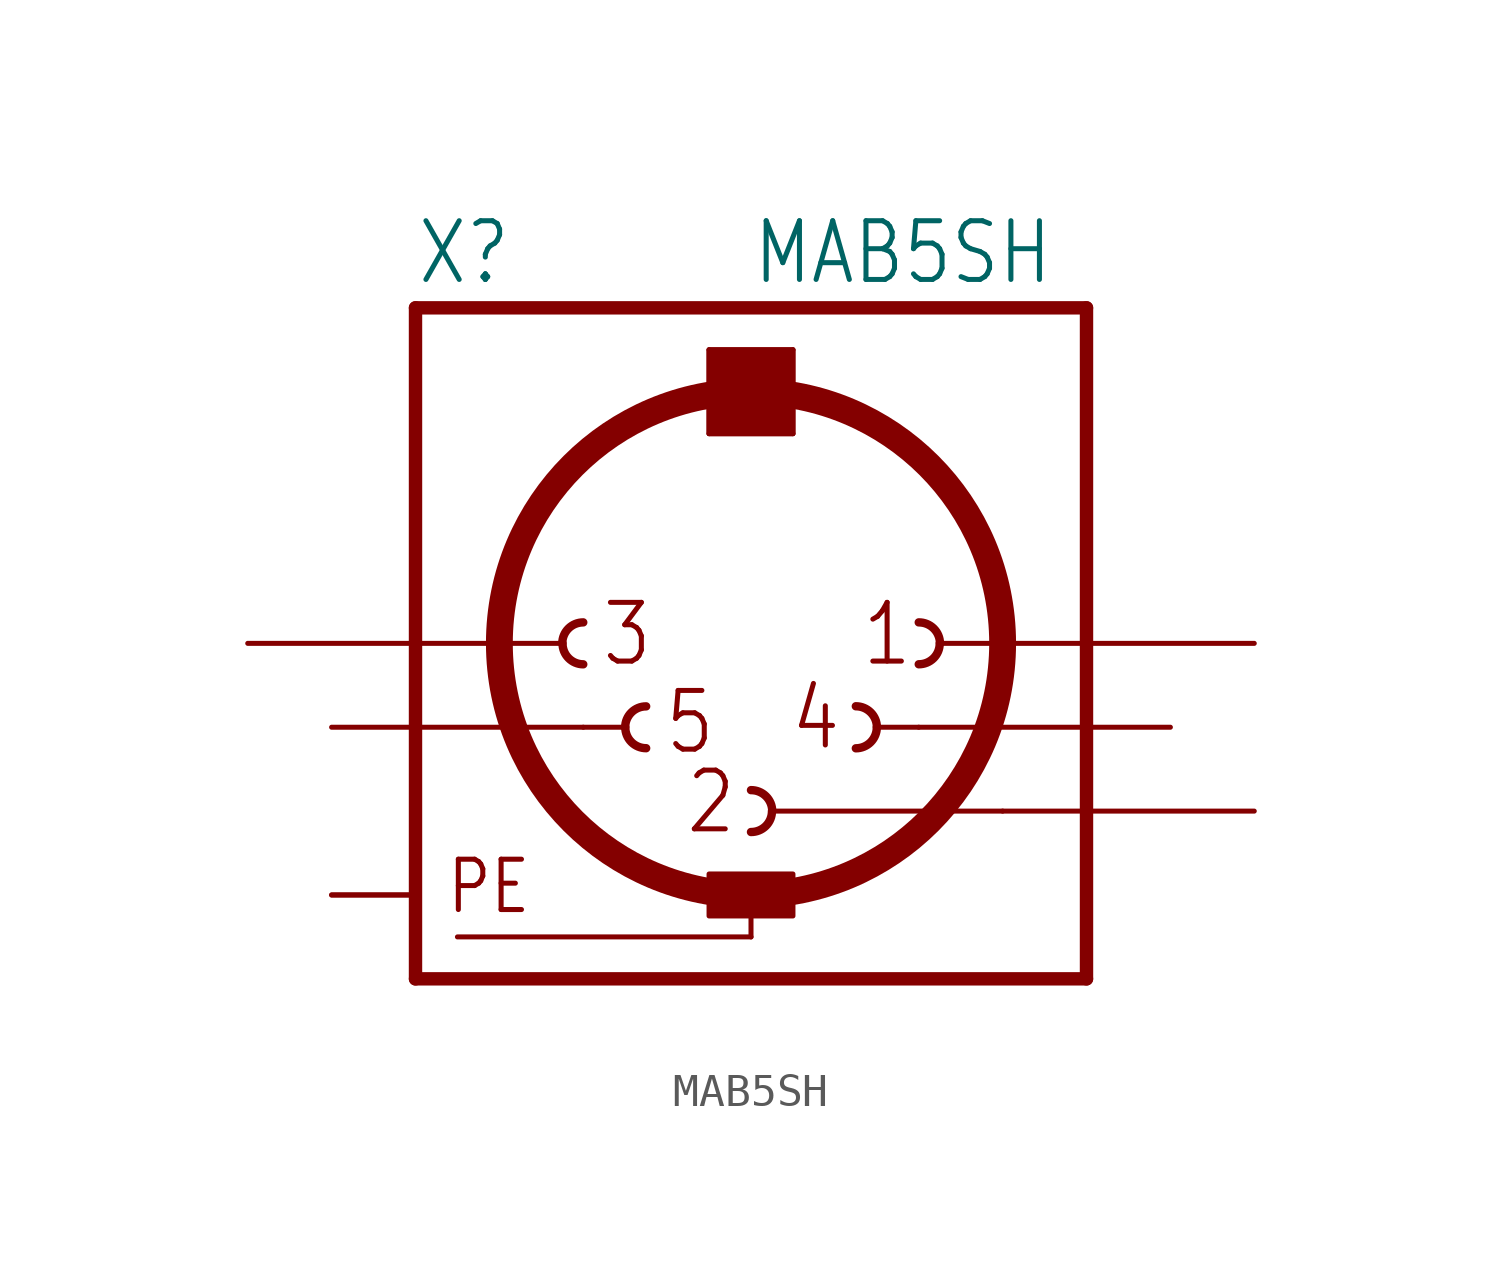
<source format=kicad_sym>
(kicad_symbol_lib
  (version 20211014)
  (generator kicad_symbol_editor)
  (symbol "MAB5SH"
    (property "Reference" "X"
      (at -10.16 10.795 0)
      (effects (font (size 1.778 1.511)) (justify left bottom)))
    (property "Value" "MAB5SH"
      (at 0 10.795 0)
      (effects (font (size 1.778 1.511)) (justify left bottom)))
    (property "ki_locked" ""
      (at 0 0 0)
      (effects (font (size 1.27 1.27))))
    (symbol "MAB5SH_1_0"
      (arc (start -5.715 0) (mid -5.529 -0.449) (end -5.08 -0.635) (stroke (width 0.254) (type default) (color 0 0 0 0)) (fill (type none)))
      (arc (start -5.08 0.635) (mid -5.529 0.449) (end -5.715 0) (stroke (width 0.254) (type default) (color 0 0 0 0)) (fill (type none)))
      (arc (start -3.81 -2.54) (mid -3.624 -2.989) (end -3.175 -3.175) (stroke (width 0.254) (type default) (color 0 0 0 0)) (fill (type none)))
      (arc (start -3.175 -1.905) (mid -3.624 -2.091) (end -3.81 -2.54) (stroke (width 0.254) (type default) (color 0 0 0 0)) (fill (type none)))
      (rectangle (start -1.27 -8.255) (end 1.27 -6.985) (stroke (width 0) (type default) (color 0 0 0 0)) (fill (type outline)))
      (rectangle (start -1.27 6.35) (end 1.27 8.89) (stroke (width 0) (type default) (color 0 0 0 0)) (fill (type outline)))
      (arc (start 0 -5.715) (mid 0.449 -5.529) (end 0.635 -5.08) (stroke (width 0.254) (type default) (color 0 0 0 0)) (fill (type none)))
      (polyline (pts (xy -10.16 -10.16) (xy -10.16 10.16)) (stroke (width 0.406) (type default) (color 0 0 0 0)) (fill (type none)))
      (polyline (pts (xy -10.16 -10.16) (xy 10.16 -10.16)) (stroke (width 0.406) (type default) (color 0 0 0 0)) (fill (type none)))
      (polyline (pts (xy -7.62 0) (xy -5.715 0)) (stroke (width 0.152) (type default) (color 0 0 0 0)) (fill (type none)))
      (polyline (pts (xy -5.08 -2.54) (xy -3.81 -2.54)) (stroke (width 0.152) (type default) (color 0 0 0 0)) (fill (type none)))
      (polyline (pts (xy -1.27 6.35) (xy -1.27 8.89)) (stroke (width 0.152) (type default) (color 0 0 0 0)) (fill (type none)))
      (polyline (pts (xy -1.27 6.35) (xy 1.27 6.35)) (stroke (width 0.152) (type default) (color 0 0 0 0)) (fill (type none)))
      (polyline (pts (xy -1.27 8.89) (xy 1.27 8.89)) (stroke (width 0.152) (type default) (color 0 0 0 0)) (fill (type none)))
      (polyline (pts (xy 0 -8.89) (xy -8.89 -8.89)) (stroke (width 0.152) (type default) (color 0 0 0 0)) (fill (type none)))
      (polyline (pts (xy 0 -8.89) (xy 0 -7.62)) (stroke (width 0.152) (type default) (color 0 0 0 0)) (fill (type none)))
      (polyline (pts (xy 0.635 -5.08) (xy 7.62 -5.08)) (stroke (width 0.152) (type default) (color 0 0 0 0)) (fill (type none)))
      (polyline (pts (xy 1.27 8.89) (xy 1.27 6.35)) (stroke (width 0.152) (type default) (color 0 0 0 0)) (fill (type none)))
      (polyline (pts (xy 3.81 -2.54) (xy 5.08 -2.54)) (stroke (width 0.152) (type default) (color 0 0 0 0)) (fill (type none)))
      (polyline (pts (xy 5.715 0) (xy 7.62 0)) (stroke (width 0.152) (type default) (color 0 0 0 0)) (fill (type none)))
      (polyline (pts (xy 10.16 10.16) (xy -10.16 10.16)) (stroke (width 0.406) (type default) (color 0 0 0 0)) (fill (type none)))
      (polyline (pts (xy 10.16 10.16) (xy 10.16 -10.16)) (stroke (width 0.406) (type default) (color 0 0 0 0)) (fill (type none)))
      (circle (center 0 0) (radius 7.62) (stroke (width 0.813) (type default) (color 0 0 0 0)) (fill (type none)))
      (arc (start 0.635 -5.08) (mid 0.449 -4.631) (end 0 -4.445) (stroke (width 0.254) (type default) (color 0 0 0 0)) (fill (type none)))
      (arc (start 3.175 -3.175) (mid 3.624 -2.989) (end 3.81 -2.54) (stroke (width 0.254) (type default) (color 0 0 0 0)) (fill (type none)))
      (arc (start 3.81 -2.54) (mid 3.624 -2.091) (end 3.175 -1.905) (stroke (width 0.254) (type default) (color 0 0 0 0)) (fill (type none)))
      (arc (start 5.08 -0.635) (mid 5.529 -0.449) (end 5.715 0) (stroke (width 0.254) (type default) (color 0 0 0 0)) (fill (type none)))
      (arc (start 5.715 0) (mid 5.529 0.449) (end 5.08 0.635) (stroke (width 0.254) (type default) (color 0 0 0 0)) (fill (type none)))
      (text "1" (at 3.302 -0.762 0) (effects (font (size 1.778 1.511)) (justify left bottom)))
      (text "2" (at -2.032 -5.842 0) (effects (font (size 1.778 1.511)) (justify left bottom)))
      (text "3" (at -4.572 -0.762 0) (effects (font (size 1.778 1.511)) (justify left bottom)))
      (text "4" (at 1.143 -3.302 0) (effects (font (size 1.778 1.511)) (justify left bottom)))
      (text "5" (at -2.667 -3.429 0) (effects (font (size 1.778 1.511)) (justify left bottom)))
      (text "PE" (at -9.271 -8.255 0) (effects (font (size 1.524 1.295)) (justify left bottom)))
      (pin passive line (at 15.24 0 180) (length 7.62) (name "1" (effects (font (size 0 0)))) (number "1" (effects (font (size 0 0)))))
      (pin passive line (at 15.24 -5.08 180) (length 7.62) (name "2" (effects (font (size 0 0)))) (number "2" (effects (font (size 0 0)))))
      (pin passive line (at -15.24 0 0) (length 7.62) (name "3" (effects (font (size 0 0)))) (number "3" (effects (font (size 0 0)))))
      (pin passive line (at 12.7 -2.54 180) (length 7.62) (name "4" (effects (font (size 0 0)))) (number "4" (effects (font (size 0 0)))))
      (pin passive line (at -12.7 -2.54 0) (length 7.62) (name "5" (effects (font (size 0 0)))) (number "5" (effects (font (size 0 0)))))
      (pin power_in line (at -12.7 -7.62 0) (length 2.54) (name "PE" (effects (font (size 0 0)))) (number "PE" (effects (font (size 0 0)))))
      (pin power_in line (at -12.7 -7.62 0) (length 2.54) (name "PE" (effects (font (size 0 0)))) (number "PE@" (effects (font (size 0 0))))))))
</source>
